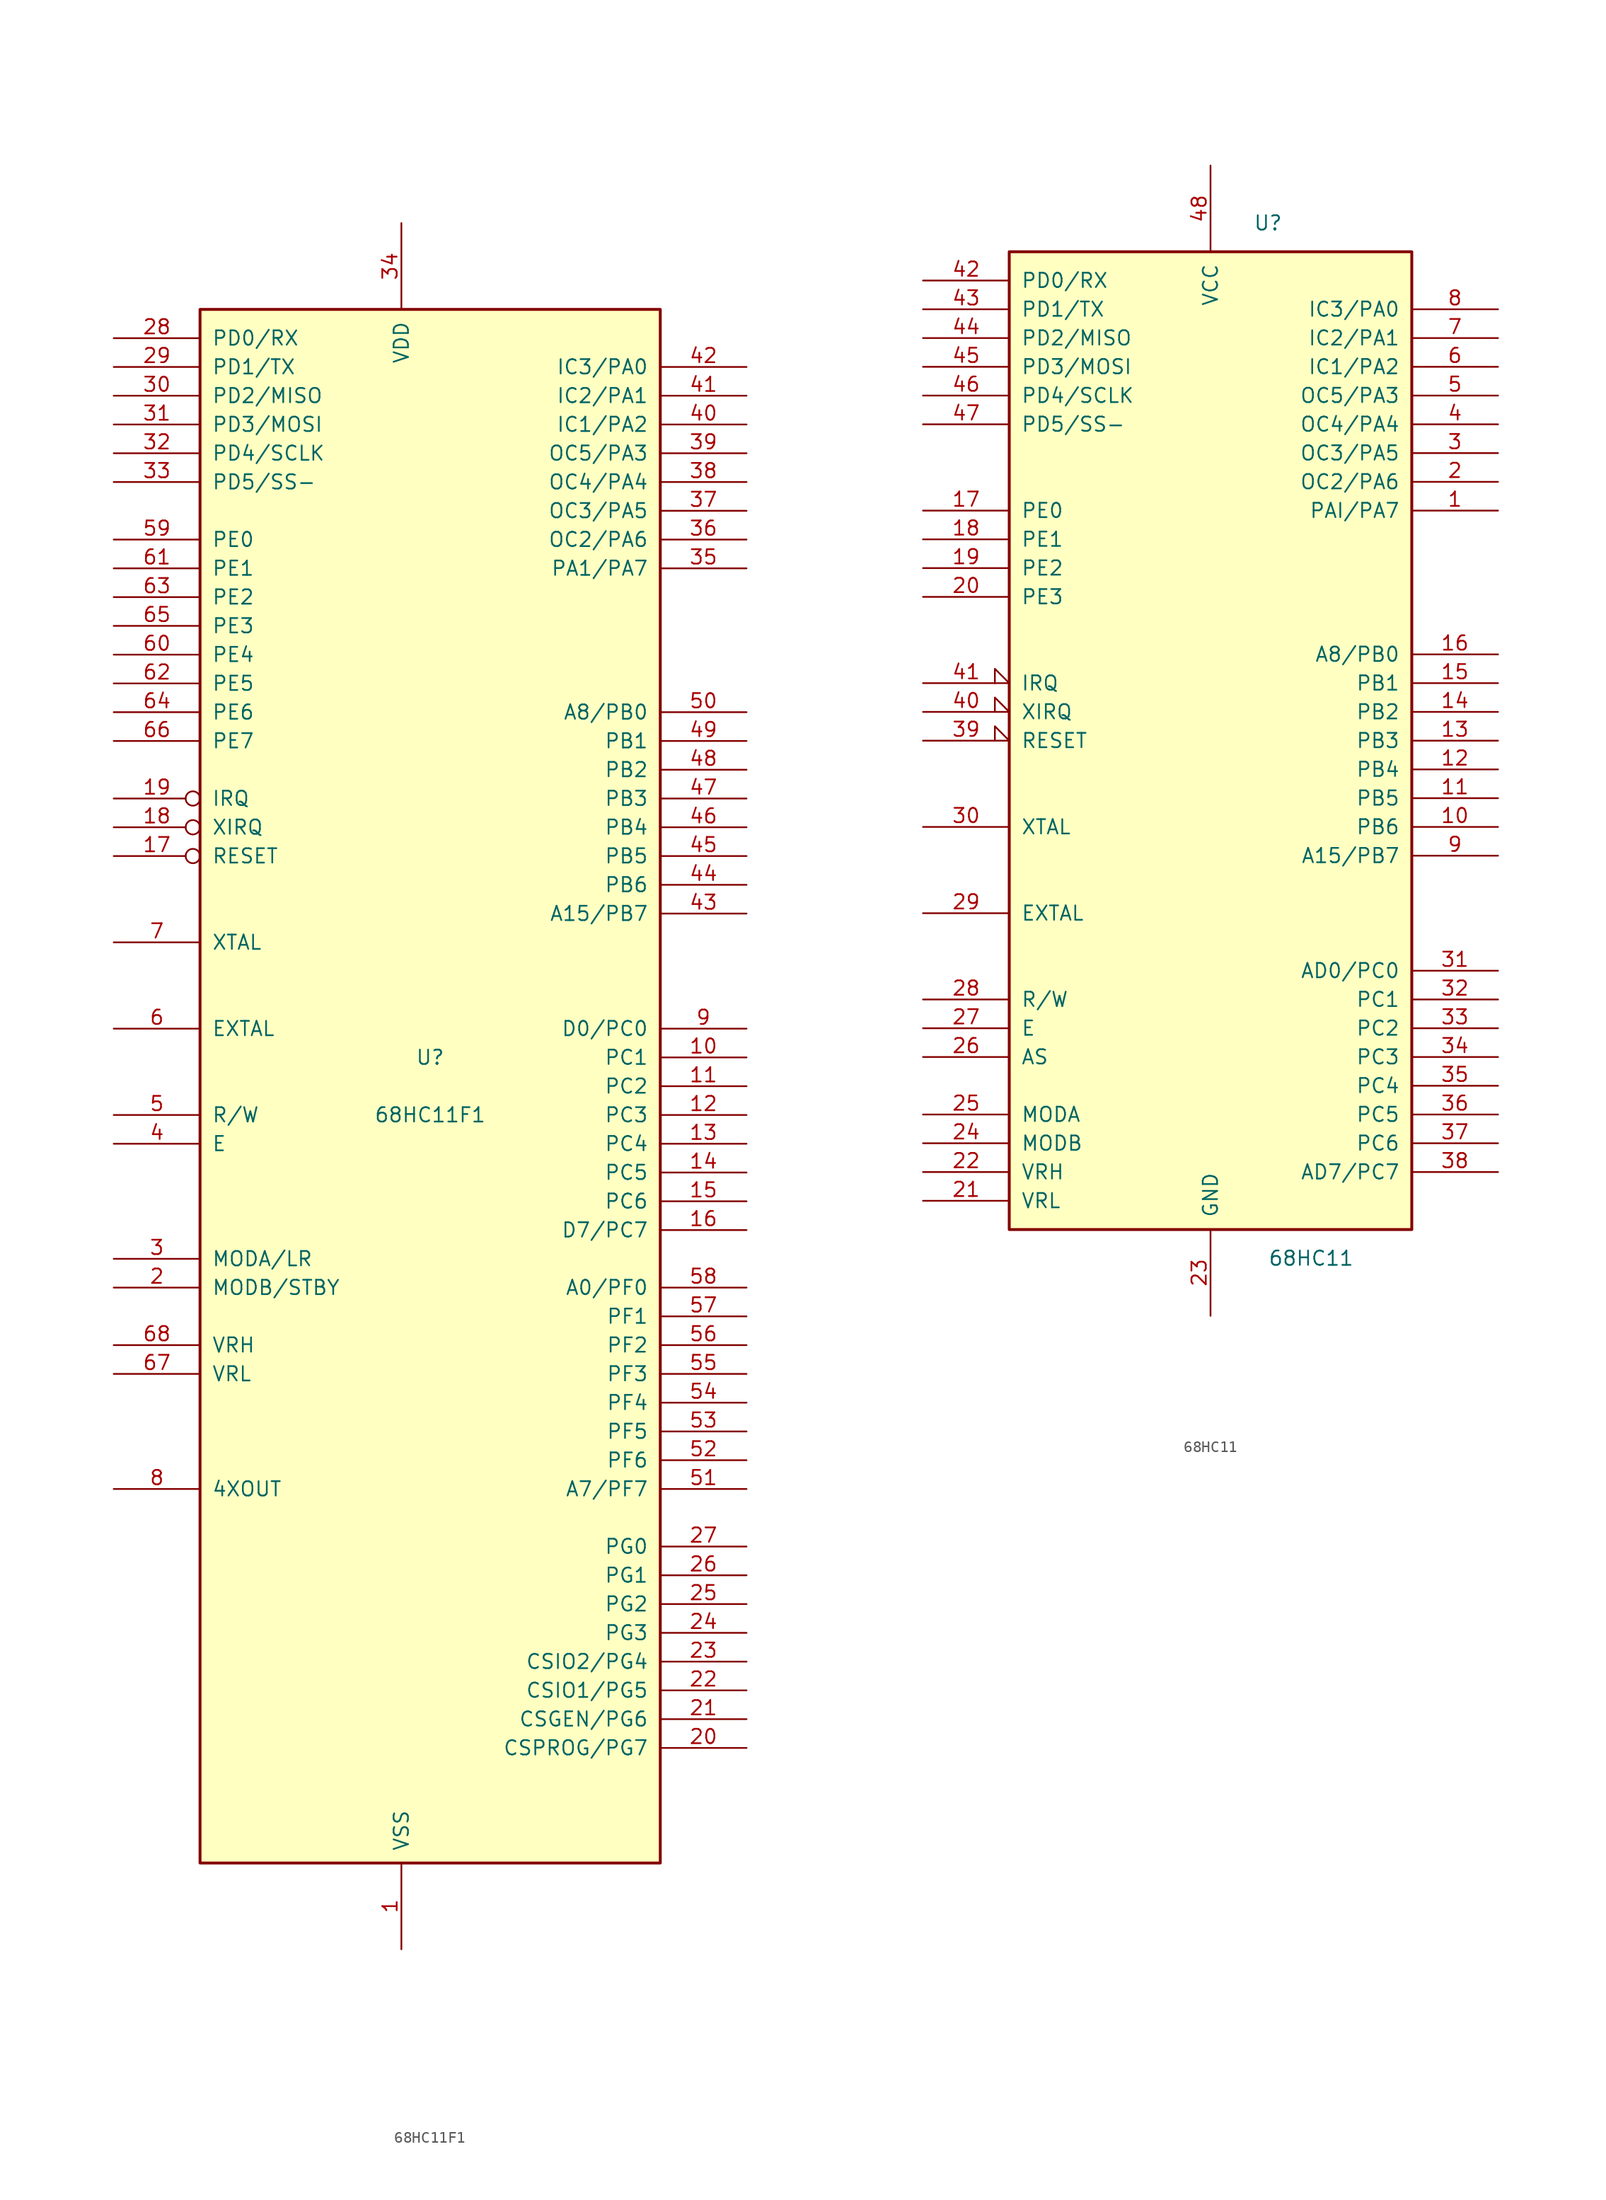
<source format=kicad_sym>
(kicad_symbol_lib
  (version 20231120)
  (generator "kicad_symbol_editor")
  (generator_version "8.0")
  (symbol "68HC11F1"
    (pin_names
      (offset 1.016))
    (property "Reference" "U"
      (at 0 2.54 0)
      (effects (font (size 1.27 1.27))))
    (property "Value" "68HC11F1"
      (at 0 -2.54 0)
      (effects (font (size 1.27 1.27))))
    (symbol "68HC11F1_0_1"
      (rectangle (start -20.32 -68.58) (end 20.32 68.58) (stroke (width 0.254) (type default)) (fill (type background))))
    (symbol "68HC11F1_1_1"
      (pin power_in line (at -2.54 -76.2 90) (length 7.62) (name "VSS" (effects (font (size 1.27 1.27)))) (number "1" (effects (font (size 1.27 1.27)))))
      (pin bidirectional line (at 27.94 2.54 180) (length 7.62) (name "PC1" (effects (font (size 1.27 1.27)))) (number "10" (effects (font (size 1.27 1.27)))))
      (pin bidirectional line (at 27.94 0 180) (length 7.62) (name "PC2" (effects (font (size 1.27 1.27)))) (number "11" (effects (font (size 1.27 1.27)))))
      (pin input line (at 27.94 -2.54 180) (length 7.62) (name "PC3" (effects (font (size 1.27 1.27)))) (number "12" (effects (font (size 1.27 1.27)))))
      (pin bidirectional line (at 27.94 -5.08 180) (length 7.62) (name "PC4" (effects (font (size 1.27 1.27)))) (number "13" (effects (font (size 1.27 1.27)))))
      (pin bidirectional line (at 27.94 -7.62 180) (length 7.62) (name "PC5" (effects (font (size 1.27 1.27)))) (number "14" (effects (font (size 1.27 1.27)))))
      (pin bidirectional line (at 27.94 -10.16 180) (length 7.62) (name "PC6" (effects (font (size 1.27 1.27)))) (number "15" (effects (font (size 1.27 1.27)))))
      (pin bidirectional line (at 27.94 -12.7 180) (length 7.62) (name "D7/PC7" (effects (font (size 1.27 1.27)))) (number "16" (effects (font (size 1.27 1.27)))))
      (pin input inverted (at -27.94 20.32 0) (length 7.62) (name "RESET" (effects (font (size 1.27 1.27)))) (number "17" (effects (font (size 1.27 1.27)))))
      (pin input inverted (at -27.94 22.86 0) (length 7.62) (name "XIRQ" (effects (font (size 1.27 1.27)))) (number "18" (effects (font (size 1.27 1.27)))))
      (pin input inverted (at -27.94 25.4 0) (length 7.62) (name "IRQ" (effects (font (size 1.27 1.27)))) (number "19" (effects (font (size 1.27 1.27)))))
      (pin input line (at -27.94 -17.78 0) (length 7.62) (name "MODB/STBY" (effects (font (size 1.27 1.27)))) (number "2" (effects (font (size 1.27 1.27)))))
      (pin bidirectional line (at 27.94 -58.42 180) (length 7.62) (name "CSPROG/PG7" (effects (font (size 1.27 1.27)))) (number "20" (effects (font (size 1.27 1.27)))))
      (pin bidirectional line (at 27.94 -55.88 180) (length 7.62) (name "CSGEN/PG6" (effects (font (size 1.27 1.27)))) (number "21" (effects (font (size 1.27 1.27)))))
      (pin bidirectional line (at 27.94 -53.34 180) (length 7.62) (name "CSIO1/PG5" (effects (font (size 1.27 1.27)))) (number "22" (effects (font (size 1.27 1.27)))))
      (pin bidirectional line (at 27.94 -50.8 180) (length 7.62) (name "CSIO2/PG4" (effects (font (size 1.27 1.27)))) (number "23" (effects (font (size 1.27 1.27)))))
      (pin input line (at 27.94 -48.26 180) (length 7.62) (name "PG3" (effects (font (size 1.27 1.27)))) (number "24" (effects (font (size 1.27 1.27)))))
      (pin bidirectional line (at 27.94 -45.72 180) (length 7.62) (name "PG2" (effects (font (size 1.27 1.27)))) (number "25" (effects (font (size 1.27 1.27)))))
      (pin bidirectional line (at 27.94 -43.18 180) (length 7.62) (name "PG1" (effects (font (size 1.27 1.27)))) (number "26" (effects (font (size 1.27 1.27)))))
      (pin bidirectional line (at 27.94 -40.64 180) (length 7.62) (name "PG0" (effects (font (size 1.27 1.27)))) (number "27" (effects (font (size 1.27 1.27)))))
      (pin bidirectional line (at -27.94 66.04 0) (length 7.62) (name "PD0/RX" (effects (font (size 1.27 1.27)))) (number "28" (effects (font (size 1.27 1.27)))))
      (pin bidirectional line (at -27.94 63.5 0) (length 7.62) (name "PD1/TX" (effects (font (size 1.27 1.27)))) (number "29" (effects (font (size 1.27 1.27)))))
      (pin input line (at -27.94 -15.24 0) (length 7.62) (name "MODA/LR" (effects (font (size 1.27 1.27)))) (number "3" (effects (font (size 1.27 1.27)))))
      (pin bidirectional line (at -27.94 60.96 0) (length 7.62) (name "PD2/MISO" (effects (font (size 1.27 1.27)))) (number "30" (effects (font (size 1.27 1.27)))))
      (pin bidirectional line (at -27.94 58.42 0) (length 7.62) (name "PD3/MOSI" (effects (font (size 1.27 1.27)))) (number "31" (effects (font (size 1.27 1.27)))))
      (pin bidirectional line (at -27.94 55.88 0) (length 7.62) (name "PD4/SCLK" (effects (font (size 1.27 1.27)))) (number "32" (effects (font (size 1.27 1.27)))))
      (pin bidirectional line (at -27.94 53.34 0) (length 7.62) (name "PD5/SS-" (effects (font (size 1.27 1.27)))) (number "33" (effects (font (size 1.27 1.27)))))
      (pin power_in line (at -2.54 76.2 270) (length 7.62) (name "VDD" (effects (font (size 1.27 1.27)))) (number "34" (effects (font (size 1.27 1.27)))))
      (pin bidirectional line (at 27.94 45.72 180) (length 7.62) (name "PA1/PA7" (effects (font (size 1.27 1.27)))) (number "35" (effects (font (size 1.27 1.27)))))
      (pin bidirectional line (at 27.94 48.26 180) (length 7.62) (name "OC2/PA6" (effects (font (size 1.27 1.27)))) (number "36" (effects (font (size 1.27 1.27)))))
      (pin bidirectional line (at 27.94 50.8 180) (length 7.62) (name "OC3/PA5" (effects (font (size 1.27 1.27)))) (number "37" (effects (font (size 1.27 1.27)))))
      (pin output line (at 27.94 53.34 180) (length 7.62) (name "OC4/PA4" (effects (font (size 1.27 1.27)))) (number "38" (effects (font (size 1.27 1.27)))))
      (pin bidirectional line (at 27.94 55.88 180) (length 7.62) (name "OC5/PA3" (effects (font (size 1.27 1.27)))) (number "39" (effects (font (size 1.27 1.27)))))
      (pin output line (at -27.94 -5.08 0) (length 7.62) (name "E" (effects (font (size 1.27 1.27)))) (number "4" (effects (font (size 1.27 1.27)))))
      (pin bidirectional line (at 27.94 58.42 180) (length 7.62) (name "IC1/PA2" (effects (font (size 1.27 1.27)))) (number "40" (effects (font (size 1.27 1.27)))))
      (pin bidirectional line (at 27.94 60.96 180) (length 7.62) (name "IC2/PA1" (effects (font (size 1.27 1.27)))) (number "41" (effects (font (size 1.27 1.27)))))
      (pin bidirectional line (at 27.94 63.5 180) (length 7.62) (name "IC3/PA0" (effects (font (size 1.27 1.27)))) (number "42" (effects (font (size 1.27 1.27)))))
      (pin output line (at 27.94 15.24 180) (length 7.62) (name "A15/PB7" (effects (font (size 1.27 1.27)))) (number "43" (effects (font (size 1.27 1.27)))))
      (pin output line (at 27.94 17.78 180) (length 7.62) (name "PB6" (effects (font (size 1.27 1.27)))) (number "44" (effects (font (size 1.27 1.27)))))
      (pin output line (at 27.94 20.32 180) (length 7.62) (name "PB5" (effects (font (size 1.27 1.27)))) (number "45" (effects (font (size 1.27 1.27)))))
      (pin output line (at 27.94 22.86 180) (length 7.62) (name "PB4" (effects (font (size 1.27 1.27)))) (number "46" (effects (font (size 1.27 1.27)))))
      (pin output line (at 27.94 25.4 180) (length 7.62) (name "PB3" (effects (font (size 1.27 1.27)))) (number "47" (effects (font (size 1.27 1.27)))))
      (pin output line (at 27.94 27.94 180) (length 7.62) (name "PB2" (effects (font (size 1.27 1.27)))) (number "48" (effects (font (size 1.27 1.27)))))
      (pin tri_state line (at 27.94 30.48 180) (length 7.62) (name "PB1" (effects (font (size 1.27 1.27)))) (number "49" (effects (font (size 1.27 1.27)))))
      (pin output line (at -27.94 -2.54 0) (length 7.62) (name "R/W" (effects (font (size 1.27 1.27)))) (number "5" (effects (font (size 1.27 1.27)))))
      (pin tri_state line (at 27.94 33.02 180) (length 7.62) (name "A8/PB0" (effects (font (size 1.27 1.27)))) (number "50" (effects (font (size 1.27 1.27)))))
      (pin bidirectional line (at 27.94 -35.56 180) (length 7.62) (name "A7/PF7" (effects (font (size 1.27 1.27)))) (number "51" (effects (font (size 1.27 1.27)))))
      (pin bidirectional line (at 27.94 -33.02 180) (length 7.62) (name "PF6" (effects (font (size 1.27 1.27)))) (number "52" (effects (font (size 1.27 1.27)))))
      (pin bidirectional line (at 27.94 -30.48 180) (length 7.62) (name "PF5" (effects (font (size 1.27 1.27)))) (number "53" (effects (font (size 1.27 1.27)))))
      (pin bidirectional line (at 27.94 -27.94 180) (length 7.62) (name "PF4" (effects (font (size 1.27 1.27)))) (number "54" (effects (font (size 1.27 1.27)))))
      (pin bidirectional line (at 27.94 -25.4 180) (length 7.62) (name "PF3" (effects (font (size 1.27 1.27)))) (number "55" (effects (font (size 1.27 1.27)))))
      (pin bidirectional line (at 27.94 -22.86 180) (length 7.62) (name "PF2" (effects (font (size 1.27 1.27)))) (number "56" (effects (font (size 1.27 1.27)))))
      (pin bidirectional line (at 27.94 -20.32 180) (length 7.62) (name "PF1" (effects (font (size 1.27 1.27)))) (number "57" (effects (font (size 1.27 1.27)))))
      (pin bidirectional line (at 27.94 -17.78 180) (length 7.62) (name "A0/PF0" (effects (font (size 1.27 1.27)))) (number "58" (effects (font (size 1.27 1.27)))))
      (pin input line (at -27.94 48.26 0) (length 7.62) (name "PE0" (effects (font (size 1.27 1.27)))) (number "59" (effects (font (size 1.27 1.27)))))
      (pin input line (at -27.94 5.08 0) (length 7.62) (name "EXTAL" (effects (font (size 1.27 1.27)))) (number "6" (effects (font (size 1.27 1.27)))))
      (pin input line (at -27.94 38.1 0) (length 7.62) (name "PE4" (effects (font (size 1.27 1.27)))) (number "60" (effects (font (size 1.27 1.27)))))
      (pin input line (at -27.94 45.72 0) (length 7.62) (name "PE1" (effects (font (size 1.27 1.27)))) (number "61" (effects (font (size 1.27 1.27)))))
      (pin input line (at -27.94 35.56 0) (length 7.62) (name "PE5" (effects (font (size 1.27 1.27)))) (number "62" (effects (font (size 1.27 1.27)))))
      (pin input line (at -27.94 43.18 0) (length 7.62) (name "PE2" (effects (font (size 1.27 1.27)))) (number "63" (effects (font (size 1.27 1.27)))))
      (pin input line (at -27.94 33.02 0) (length 7.62) (name "PE6" (effects (font (size 1.27 1.27)))) (number "64" (effects (font (size 1.27 1.27)))))
      (pin input line (at -27.94 40.64 0) (length 7.62) (name "PE3" (effects (font (size 1.27 1.27)))) (number "65" (effects (font (size 1.27 1.27)))))
      (pin input line (at -27.94 30.48 0) (length 7.62) (name "PE7" (effects (font (size 1.27 1.27)))) (number "66" (effects (font (size 1.27 1.27)))))
      (pin passive line (at -27.94 -25.4 0) (length 7.62) (name "VRL" (effects (font (size 1.27 1.27)))) (number "67" (effects (font (size 1.27 1.27)))))
      (pin passive line (at -27.94 -22.86 0) (length 7.62) (name "VRH" (effects (font (size 1.27 1.27)))) (number "68" (effects (font (size 1.27 1.27)))))
      (pin output line (at -27.94 12.7 0) (length 7.62) (name "XTAL" (effects (font (size 1.27 1.27)))) (number "7" (effects (font (size 1.27 1.27)))))
      (pin output line (at -27.94 -35.56 0) (length 7.62) (name "4XOUT" (effects (font (size 1.27 1.27)))) (number "8" (effects (font (size 1.27 1.27)))))
      (pin bidirectional line (at 27.94 5.08 180) (length 7.62) (name "D0/PC0" (effects (font (size 1.27 1.27)))) (number "9" (effects (font (size 1.27 1.27)))))))
  (symbol "68HC11"
    (pin_names
      (offset 1.016))
    (property "Reference" "U"
      (at 5.08 45.72 0)
      (effects (font (size 1.27 1.27))))
    (property "Value" "68HC11"
      (at 8.89 -45.72 0)
      (effects (font (size 1.27 1.27))))
    (symbol "68HC11_0_1"
      (rectangle (start -17.78 -43.18) (end 17.78 43.18) (stroke (width 0.254) (type default)) (fill (type background))))
    (symbol "68HC11_1_1"
      (pin input line (at 25.4 20.32 180) (length 7.62) (name "PAI/PA7" (effects (font (size 1.27 1.27)))) (number "1" (effects (font (size 1.27 1.27)))))
      (pin output line (at 25.4 -7.62 180) (length 7.62) (name "PB6" (effects (font (size 1.27 1.27)))) (number "10" (effects (font (size 1.27 1.27)))))
      (pin output line (at 25.4 -5.08 180) (length 7.62) (name "PB5" (effects (font (size 1.27 1.27)))) (number "11" (effects (font (size 1.27 1.27)))))
      (pin output line (at 25.4 -2.54 180) (length 7.62) (name "PB4" (effects (font (size 1.27 1.27)))) (number "12" (effects (font (size 1.27 1.27)))))
      (pin output line (at 25.4 0 180) (length 7.62) (name "PB3" (effects (font (size 1.27 1.27)))) (number "13" (effects (font (size 1.27 1.27)))))
      (pin output line (at 25.4 2.54 180) (length 7.62) (name "PB2" (effects (font (size 1.27 1.27)))) (number "14" (effects (font (size 1.27 1.27)))))
      (pin output line (at 25.4 5.08 180) (length 7.62) (name "PB1" (effects (font (size 1.27 1.27)))) (number "15" (effects (font (size 1.27 1.27)))))
      (pin output line (at 25.4 7.62 180) (length 7.62) (name "A8/PB0" (effects (font (size 1.27 1.27)))) (number "16" (effects (font (size 1.27 1.27)))))
      (pin input line (at -25.4 20.32 0) (length 7.62) (name "PE0" (effects (font (size 1.27 1.27)))) (number "17" (effects (font (size 1.27 1.27)))))
      (pin input line (at -25.4 17.78 0) (length 7.62) (name "PE1" (effects (font (size 1.27 1.27)))) (number "18" (effects (font (size 1.27 1.27)))))
      (pin input line (at -25.4 15.24 0) (length 7.62) (name "PE2" (effects (font (size 1.27 1.27)))) (number "19" (effects (font (size 1.27 1.27)))))
      (pin output line (at 25.4 22.86 180) (length 7.62) (name "OC2/PA6" (effects (font (size 1.27 1.27)))) (number "2" (effects (font (size 1.27 1.27)))))
      (pin input line (at -25.4 12.7 0) (length 7.62) (name "PE3" (effects (font (size 1.27 1.27)))) (number "20" (effects (font (size 1.27 1.27)))))
      (pin passive line (at -25.4 -40.64 0) (length 7.62) (name "VRL" (effects (font (size 1.27 1.27)))) (number "21" (effects (font (size 1.27 1.27)))))
      (pin passive line (at -25.4 -38.1 0) (length 7.62) (name "VRH" (effects (font (size 1.27 1.27)))) (number "22" (effects (font (size 1.27 1.27)))))
      (pin power_in line (at 0 -50.8 90) (length 7.62) (name "GND" (effects (font (size 1.27 1.27)))) (number "23" (effects (font (size 1.27 1.27)))))
      (pin input line (at -25.4 -35.56 0) (length 7.62) (name "MODB" (effects (font (size 1.27 1.27)))) (number "24" (effects (font (size 1.27 1.27)))))
      (pin input line (at -25.4 -33.02 0) (length 7.62) (name "MODA" (effects (font (size 1.27 1.27)))) (number "25" (effects (font (size 1.27 1.27)))))
      (pin output line (at -25.4 -27.94 0) (length 7.62) (name "AS" (effects (font (size 1.27 1.27)))) (number "26" (effects (font (size 1.27 1.27)))))
      (pin output line (at -25.4 -25.4 0) (length 7.62) (name "E" (effects (font (size 1.27 1.27)))) (number "27" (effects (font (size 1.27 1.27)))))
      (pin output line (at -25.4 -22.86 0) (length 7.62) (name "R/W" (effects (font (size 1.27 1.27)))) (number "28" (effects (font (size 1.27 1.27)))))
      (pin input line (at -25.4 -15.24 0) (length 7.62) (name "EXTAL" (effects (font (size 1.27 1.27)))) (number "29" (effects (font (size 1.27 1.27)))))
      (pin output line (at 25.4 25.4 180) (length 7.62) (name "OC3/PA5" (effects (font (size 1.27 1.27)))) (number "3" (effects (font (size 1.27 1.27)))))
      (pin output line (at -25.4 -7.62 0) (length 7.62) (name "XTAL" (effects (font (size 1.27 1.27)))) (number "30" (effects (font (size 1.27 1.27)))))
      (pin tri_state line (at 25.4 -20.32 180) (length 7.62) (name "AD0/PC0" (effects (font (size 1.27 1.27)))) (number "31" (effects (font (size 1.27 1.27)))))
      (pin tri_state line (at 25.4 -22.86 180) (length 7.62) (name "PC1" (effects (font (size 1.27 1.27)))) (number "32" (effects (font (size 1.27 1.27)))))
      (pin tri_state line (at 25.4 -25.4 180) (length 7.62) (name "PC2" (effects (font (size 1.27 1.27)))) (number "33" (effects (font (size 1.27 1.27)))))
      (pin tri_state line (at 25.4 -27.94 180) (length 7.62) (name "PC3" (effects (font (size 1.27 1.27)))) (number "34" (effects (font (size 1.27 1.27)))))
      (pin tri_state line (at 25.4 -30.48 180) (length 7.62) (name "PC4" (effects (font (size 1.27 1.27)))) (number "35" (effects (font (size 1.27 1.27)))))
      (pin tri_state line (at 25.4 -33.02 180) (length 7.62) (name "PC5" (effects (font (size 1.27 1.27)))) (number "36" (effects (font (size 1.27 1.27)))))
      (pin tri_state line (at 25.4 -35.56 180) (length 7.62) (name "PC6" (effects (font (size 1.27 1.27)))) (number "37" (effects (font (size 1.27 1.27)))))
      (pin tri_state line (at 25.4 -38.1 180) (length 7.62) (name "AD7/PC7" (effects (font (size 1.27 1.27)))) (number "38" (effects (font (size 1.27 1.27)))))
      (pin input input_low (at -25.4 0 0) (length 7.62) (name "RESET" (effects (font (size 1.27 1.27)))) (number "39" (effects (font (size 1.27 1.27)))))
      (pin output line (at 25.4 27.94 180) (length 7.62) (name "OC4/PA4" (effects (font (size 1.27 1.27)))) (number "4" (effects (font (size 1.27 1.27)))))
      (pin input input_low (at -25.4 2.54 0) (length 7.62) (name "XIRQ" (effects (font (size 1.27 1.27)))) (number "40" (effects (font (size 1.27 1.27)))))
      (pin input input_low (at -25.4 5.08 0) (length 7.62) (name "IRQ" (effects (font (size 1.27 1.27)))) (number "41" (effects (font (size 1.27 1.27)))))
      (pin input line (at -25.4 40.64 0) (length 7.62) (name "PD0/RX" (effects (font (size 1.27 1.27)))) (number "42" (effects (font (size 1.27 1.27)))))
      (pin input line (at -25.4 38.1 0) (length 7.62) (name "PD1/TX" (effects (font (size 1.27 1.27)))) (number "43" (effects (font (size 1.27 1.27)))))
      (pin input line (at -25.4 35.56 0) (length 7.62) (name "PD2/MISO" (effects (font (size 1.27 1.27)))) (number "44" (effects (font (size 1.27 1.27)))))
      (pin input line (at -25.4 33.02 0) (length 7.62) (name "PD3/MOSI" (effects (font (size 1.27 1.27)))) (number "45" (effects (font (size 1.27 1.27)))))
      (pin input line (at -25.4 30.48 0) (length 7.62) (name "PD4/SCLK" (effects (font (size 1.27 1.27)))) (number "46" (effects (font (size 1.27 1.27)))))
      (pin input line (at -25.4 27.94 0) (length 7.62) (name "PD5/SS-" (effects (font (size 1.27 1.27)))) (number "47" (effects (font (size 1.27 1.27)))))
      (pin power_in line (at 0 50.8 270) (length 7.62) (name "VCC" (effects (font (size 1.27 1.27)))) (number "48" (effects (font (size 1.27 1.27)))))
      (pin output line (at 25.4 30.48 180) (length 7.62) (name "OC5/PA3" (effects (font (size 1.27 1.27)))) (number "5" (effects (font (size 1.27 1.27)))))
      (pin input line (at 25.4 33.02 180) (length 7.62) (name "IC1/PA2" (effects (font (size 1.27 1.27)))) (number "6" (effects (font (size 1.27 1.27)))))
      (pin input line (at 25.4 35.56 180) (length 7.62) (name "IC2/PA1" (effects (font (size 1.27 1.27)))) (number "7" (effects (font (size 1.27 1.27)))))
      (pin input line (at 25.4 38.1 180) (length 7.62) (name "IC3/PA0" (effects (font (size 1.27 1.27)))) (number "8" (effects (font (size 1.27 1.27)))))
      (pin output line (at 25.4 -10.16 180) (length 7.62) (name "A15/PB7" (effects (font (size 1.27 1.27)))) (number "9" (effects (font (size 1.27 1.27))))))))
</source>
